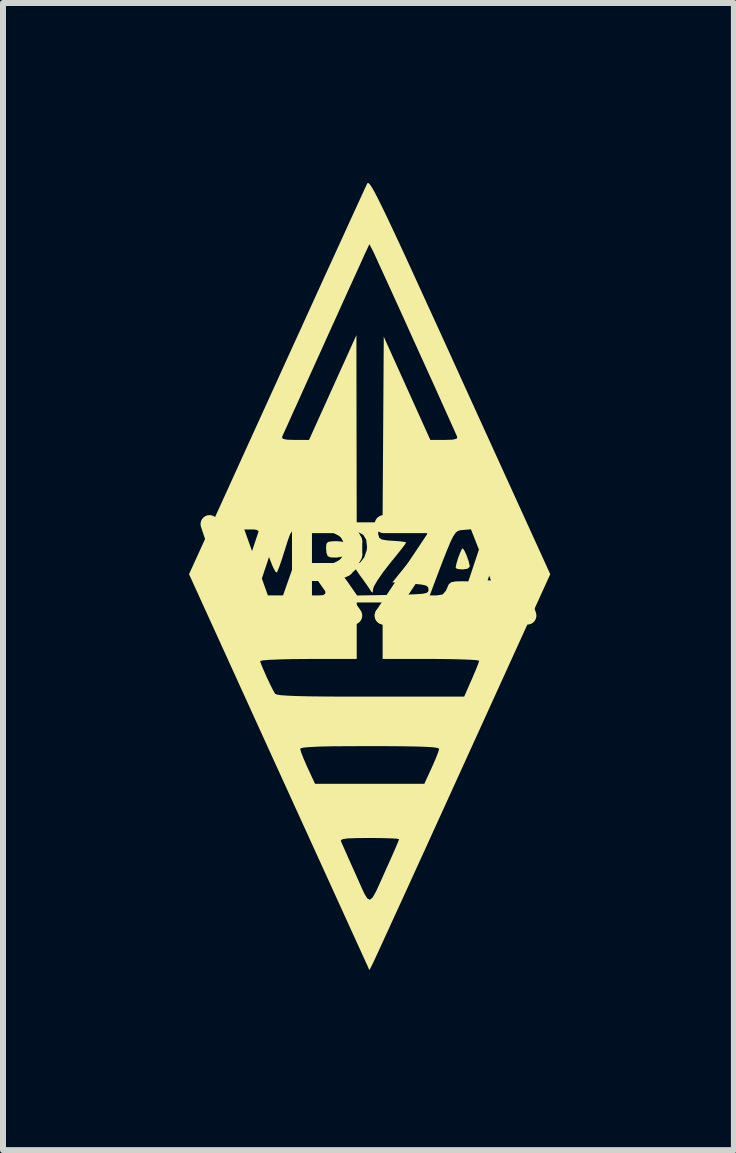
<source format=kicad_pcb>
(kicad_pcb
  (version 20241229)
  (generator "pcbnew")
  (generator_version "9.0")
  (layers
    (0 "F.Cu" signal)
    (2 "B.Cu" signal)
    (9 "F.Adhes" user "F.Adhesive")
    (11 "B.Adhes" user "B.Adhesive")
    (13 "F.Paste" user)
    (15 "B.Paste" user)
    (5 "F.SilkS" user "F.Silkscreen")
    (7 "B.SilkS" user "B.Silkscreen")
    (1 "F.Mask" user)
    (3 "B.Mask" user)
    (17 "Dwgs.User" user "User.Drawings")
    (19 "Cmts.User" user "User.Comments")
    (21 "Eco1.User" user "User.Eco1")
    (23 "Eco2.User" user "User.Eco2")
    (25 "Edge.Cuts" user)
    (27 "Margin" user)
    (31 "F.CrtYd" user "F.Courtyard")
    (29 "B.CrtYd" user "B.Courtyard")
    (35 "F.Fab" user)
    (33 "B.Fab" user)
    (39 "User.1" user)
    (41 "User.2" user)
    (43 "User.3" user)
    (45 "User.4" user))
  (footprint "VRZA"
    (layer "F.Cu")
    (at 3.092 6.521)
    (property "Reference" "VRZA" (at 0 0 0) (layer "F.SilkS") (effects (font (size 1.524 1.524) (thickness 0.3))))
    (attr board_only exclude_from_pos_files exclude_from_bom)
    (fp_poly (pts (xy -0.362 -0.533) (xy -0.272 -0.485) (xy -0.249 -0.41) (xy -0.257 -0.382) (xy -0.311 -0.334) (xy -0.412 -0.297) (xy -0.529 -0.277) (xy -0.632 -0.28) (xy -0.68 -0.301) (xy -0.7 -0.356) (xy -0.707 -0.438) (xy -0.702 -0.505) (xy -0.673 -0.538) (xy -0.6 -0.549) (xy -0.515 -0.55)) (stroke (width 0) (type solid)) (fill yes) (layer "F.SilkS"))
    (fp_poly (pts (xy 1.596 -0.399) (xy 1.633 -0.32) (xy 1.667 -0.225) (xy 1.687 -0.143) (xy 1.688 -0.125) (xy 1.654 -0.092) (xy 1.572 -0.079) (xy 1.57 -0.079) (xy 1.488 -0.086) (xy 1.453 -0.103) (xy 1.453 -0.103) (xy 1.464 -0.169) (xy 1.492 -0.263) (xy 1.527 -0.356) (xy 1.557 -0.42) (xy 1.569 -0.432)) (stroke (width 0) (type solid)) (fill yes) (layer "F.SilkS"))
    (fp_poly (pts (xy 0.003 -6.517) (xy 0.025 -6.495) (xy 0.055 -6.45) (xy 0.096 -6.379) (xy 0.149 -6.278) (xy 0.217 -6.141) (xy 0.302 -5.966) (xy 0.405 -5.748) (xy 0.529 -5.483) (xy 0.675 -5.167) (xy 0.845 -4.795) (xy 1.042 -4.365) (xy 1.268 -3.871) (xy 1.523 -3.31) (xy 1.527 -3.3) (xy 3.03 0.000001) (xy 1.588 3.17) (xy 1.373 3.643) (xy 1.166 4.097) (xy 0.97 4.528) (xy 0.787 4.929) (xy 0.62 5.296) (xy 0.47 5.623) (xy 0.341 5.905) (xy 0.235 6.136) (xy 0.155 6.311) (xy 0.102 6.425) (xy 0.081 6.47) (xy 0.016 6.6) (xy -0.965 4.447) (xy -0.46 4.447) (xy -0.438 4.5) (xy -0.389 4.609) (xy -0.322 4.761) (xy -0.241 4.941) (xy -0.214 5.001) (xy -0.13 5.191) (xy -0.068 5.327) (xy -0.019 5.406) (xy 0.025 5.427) (xy 0.071 5.386) (xy 0.129 5.283) (xy 0.206 5.114) (xy 0.311 4.878) (xy 0.318 4.864) (xy 0.393 4.696) (xy 0.454 4.556) (xy 0.495 4.458) (xy 0.51 4.417) (xy 0.474 4.409) (xy 0.373 4.403) (xy 0.224 4.399) (xy 0.04 4.397) (xy 0.015 4.397) (xy -0.197 4.399) (xy -0.34 4.404) (xy -0.424 4.415) (xy -0.459 4.433) (xy -0.46 4.447) (xy -0.965 4.447) (xy -1.488 3.3) (xy -1.665 2.912) (xy -1.138 2.912) (xy -1.123 2.968) (xy -1.082 3.073) (xy -1.024 3.207) (xy -1.015 3.226) (xy -0.891 3.494) (xy 0.931 3.494) (xy 1.054 3.226) (xy 1.114 3.09) (xy 1.158 2.98) (xy 1.177 2.916) (xy 1.178 2.912) (xy 1.156 2.898) (xy 1.086 2.886) (xy 0.963 2.878) (xy 0.781 2.872) (xy 0.535 2.868) (xy 0.219 2.866) (xy 0.02 2.866) (xy -0.336 2.867) (xy -0.619 2.869) (xy -0.835 2.874) (xy -0.988 2.882) (xy -1.086 2.891) (xy -1.132 2.904) (xy -1.138 2.912) (xy -1.665 2.912) (xy -2.331 1.449) (xy -1.806 1.449) (xy -1.79 1.499) (xy -1.749 1.596) (xy -1.695 1.719) (xy -1.636 1.843) (xy -1.584 1.946) (xy -1.557 1.992) (xy -1.532 2.005) (xy -1.469 2.016) (xy -1.363 2.024) (xy -1.208 2.031) (xy -0.998 2.036) (xy -0.727 2.039) (xy -0.39 2.041) (xy 0.02 2.041) (xy 0.034 2.041) (xy 1.595 2.041) (xy 1.72 1.757) (xy 1.779 1.619) (xy 1.823 1.51) (xy 1.844 1.448) (xy 1.845 1.443) (xy 1.808 1.434) (xy 1.704 1.426) (xy 1.544 1.42) (xy 1.341 1.415) (xy 1.106 1.413) (xy 1.04 1.413) (xy 0.236 1.413) (xy 0.236 0.471) (xy -0.196 0.471) (xy -0.196 1.413) (xy -1.001 1.413) (xy -1.253 1.415) (xy -1.47 1.42) (xy -1.641 1.427) (xy -1.756 1.436) (xy -1.805 1.447) (xy -1.806 1.449) (xy -2.331 1.449) (xy -2.991 -0.000037) (xy -2.651 -0.746) (xy -2.07 -0.746) (xy -1.873 -0.196) (xy -1.677 0.353) (xy -1.424 0.353) (xy -0.942 0.353) (xy -0.824 0.353) (xy -0.757 0.35) (xy -0.722 0.326) (xy -0.709 0.262) (xy -0.707 0.14) (xy -0.693 -0.018) (xy -0.652 -0.102) (xy -0.586 -0.113) (xy -0.494 -0.05) (xy -0.378 0.086) (xy -0.34 0.139) (xy -0.19 0.355) (xy -0.079 0.353) (xy 1.022 0.353) (xy 1.142 0.353) (xy 1.236 0.338) (xy 1.291 0.275) (xy 1.308 0.236) (xy 1.338 0.169) (xy 1.381 0.133) (xy 1.458 0.12) (xy 1.574 0.118) (xy 1.702 0.121) (xy 1.775 0.137) (xy 1.816 0.176) (xy 1.845 0.236) (xy 1.899 0.322) (xy 1.978 0.352) (xy 2.007 0.353) (xy 2.088 0.345) (xy 2.12 0.325) (xy 2.106 0.28) (xy 2.069 0.175) (xy 2.012 0.026) (xy 1.942 -0.154) (xy 1.914 -0.226) (xy 1.708 -0.748) (xy 1.573 -0.737) (xy 1.527 -0.732) (xy 1.488 -0.719) (xy 1.452 -0.689) (xy 1.414 -0.634) (xy 1.37 -0.545) (xy 1.314 -0.412) (xy 1.241 -0.228) (xy 1.148 0.017) (xy 1.099 0.147) (xy 1.022 0.353) (xy -0.079 0.353) (xy 0.405 0.345) (xy 0.633 0.34) (xy 0.794 0.334) (xy 0.9 0.326) (xy 0.962 0.314) (xy 0.992 0.295) (xy 1.001 0.268) (xy 1.001 0.255) (xy 0.993 0.215) (xy 0.958 0.189) (xy 0.881 0.172) (xy 0.744 0.16) (xy 0.7 0.157) (xy 0.398 0.137) (xy 0.69 -0.224) (xy 0.805 -0.373) (xy 0.898 -0.507) (xy 0.961 -0.61) (xy 0.981 -0.666) (xy 0.977 -0.701) (xy 0.953 -0.724) (xy 0.897 -0.738) (xy 0.794 -0.744) (xy 0.632 -0.746) (xy 0.567 -0.746) (xy 0.382 -0.745) (xy 0.263 -0.741) (xy 0.196 -0.731) (xy 0.166 -0.712) (xy 0.161 -0.68) (xy 0.164 -0.658) (xy 0.18 -0.607) (xy 0.223 -0.578) (xy 0.313 -0.563) (xy 0.402 -0.557) (xy 0.524 -0.548) (xy 0.606 -0.537) (xy 0.628 -0.528) (xy 0.605 -0.492) (xy 0.542 -0.409) (xy 0.448 -0.291) (xy 0.353 -0.174) (xy 0.241 -0.03) (xy 0.151 0.101) (xy 0.092 0.201) (xy 0.076 0.248) (xy 0.071 0.308) (xy 0.05 0.294) (xy 0.027 0.259) (xy -0.023 0.185) (xy -0.099 0.079) (xy -0.147 0.014) (xy -0.215 -0.088) (xy -0.235 -0.147) (xy -0.222 -0.157) (xy -0.14 -0.192) (xy -0.07 -0.281) (xy -0.029 -0.401) (xy -0.024 -0.458) (xy -0.038 -0.575) (xy -0.088 -0.657) (xy -0.184 -0.709) (xy -0.335 -0.737) (xy -0.554 -0.746) (xy -0.574 -0.746) (xy -0.942 -0.746) (xy -0.942 0.353) (xy -1.424 0.353) (xy -1.241 -0.167) (xy -1.176 -0.357) (xy -1.12 -0.52) (xy -1.081 -0.642) (xy -1.061 -0.709) (xy -1.06 -0.716) (xy -1.094 -0.737) (xy -1.175 -0.746) (xy -1.231 -0.742) (xy -1.271 -0.72) (xy -1.306 -0.667) (xy -1.343 -0.567) (xy -1.393 -0.407) (xy -1.395 -0.402) (xy -1.444 -0.247) (xy -1.488 -0.12) (xy -1.521 -0.041) (xy -1.53 -0.026) (xy -1.555 -0.047) (xy -1.596 -0.128) (xy -1.647 -0.257) (xy -1.687 -0.369) (xy -1.744 -0.54) (xy -1.787 -0.649) (xy -1.822 -0.71) (xy -1.861 -0.738) (xy -1.911 -0.746) (xy -1.941 -0.746) (xy -2.07 -0.746) (xy -2.651 -0.746) (xy -1.95 -2.287) (xy -1.441 -2.287) (xy -1.43 -2.258) (xy -1.361 -2.242) (xy -1.226 -2.238) (xy -0.991 -2.238) (xy -0.694 -2.895) (xy -0.591 -3.123) (xy -0.492 -3.342) (xy -0.404 -3.536) (xy -0.335 -3.688) (xy -0.299 -3.769) (xy -0.201 -3.985) (xy -0.199 -2.424) (xy -0.196 -0.864) (xy 0.235 -0.864) (xy 0.245 -2.411) (xy 0.255 -3.958) (xy 0.643 -3.098) (xy 1.031 -2.238) (xy 1.266 -2.238) (xy 1.402 -2.242) (xy 1.47 -2.258) (xy 1.48 -2.287) (xy 1.45 -2.354) (xy 1.393 -2.482) (xy 1.313 -2.66) (xy 1.214 -2.88) (xy 1.101 -3.132) (xy 0.976 -3.407) (xy 0.845 -3.696) (xy 0.712 -3.989) (xy 0.582 -4.278) (xy 0.457 -4.552) (xy 0.343 -4.803) (xy 0.243 -5.021) (xy 0.162 -5.198) (xy 0.105 -5.323) (xy 0.074 -5.388) (xy 0.072 -5.393) (xy 0.015 -5.501) (xy -0.036 -5.391) (xy -0.067 -5.325) (xy -0.123 -5.2) (xy -0.203 -5.024) (xy -0.302 -4.807) (xy -0.415 -4.558) (xy -0.538 -4.285) (xy -0.668 -3.999) (xy -0.799 -3.708) (xy -0.929 -3.421) (xy -1.053 -3.147) (xy -1.166 -2.895) (xy -1.266 -2.676) (xy -1.346 -2.496) (xy -1.405 -2.367) (xy -1.436 -2.296) (xy -1.441 -2.287) (xy -1.95 -2.287) (xy -1.53 -3.209) (xy -1.314 -3.684) (xy -1.106 -4.139) (xy -0.91 -4.57) (xy -0.727 -4.972) (xy -0.559 -5.338) (xy -0.41 -5.664) (xy -0.282 -5.945) (xy -0.176 -6.176) (xy -0.096 -6.35) (xy -0.044 -6.463) (xy -0.022 -6.51) (xy -0.012 -6.521)) (stroke (width 0) (type solid)) (fill yes) (layer "F.SilkS")))
  (gr_rect
    (start -3 -3)
    (end 9.183 16.121)
    (stroke (width 0.1) (type default))
    (fill no)
    (layer "Edge.Cuts")))
</source>
